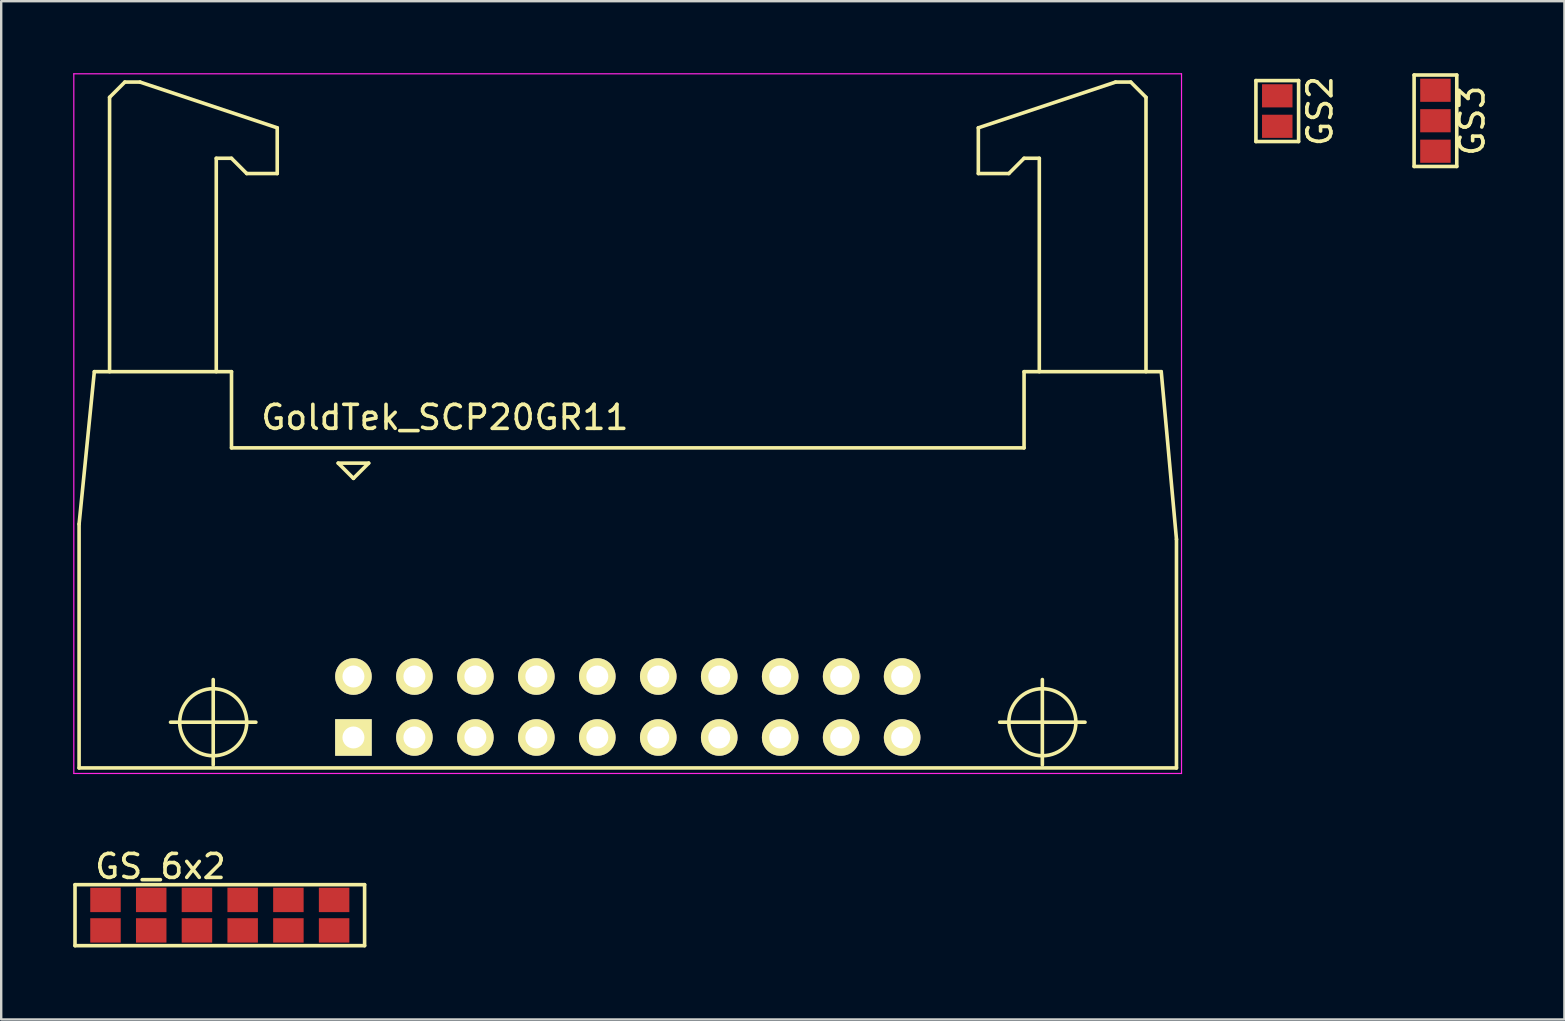
<source format=kicad_pcb>
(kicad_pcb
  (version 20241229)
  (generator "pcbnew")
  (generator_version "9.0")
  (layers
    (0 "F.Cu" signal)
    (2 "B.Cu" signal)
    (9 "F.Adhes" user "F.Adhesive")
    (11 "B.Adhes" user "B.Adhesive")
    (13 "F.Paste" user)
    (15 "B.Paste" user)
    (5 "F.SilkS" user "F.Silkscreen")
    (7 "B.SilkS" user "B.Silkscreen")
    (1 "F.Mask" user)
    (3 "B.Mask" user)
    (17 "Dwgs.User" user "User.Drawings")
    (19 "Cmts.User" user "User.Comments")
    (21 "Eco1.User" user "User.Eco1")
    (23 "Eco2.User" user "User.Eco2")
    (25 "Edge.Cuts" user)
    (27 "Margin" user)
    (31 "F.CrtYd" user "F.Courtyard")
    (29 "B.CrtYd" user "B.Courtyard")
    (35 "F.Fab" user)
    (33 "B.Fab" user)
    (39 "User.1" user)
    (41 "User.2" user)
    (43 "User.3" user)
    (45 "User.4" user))
  (footprint "GS3"
    (layer "F.Cu")
    (at 56.754 1.98)
    (property "Reference" "GS3" (at 1.524 0 90) (layer "F.SilkS") (effects (font (size 1 1) (thickness 0.15))))
    (attr exclude_from_pos_files exclude_from_bom)
    (fp_line (start -0.889 -1.905) (end -0.889 1.905) (stroke (width 0.15) (type solid)) (layer "F.SilkS"))
    (fp_line (start -0.889 -1.905) (end 0.889 -1.905) (stroke (width 0.15) (type solid)) (layer "F.SilkS"))
    (fp_line (start -0.889 1.905) (end 0.889 1.905) (stroke (width 0.15) (type solid)) (layer "F.SilkS"))
    (fp_line (start 0.889 1.905) (end 0.889 -1.905) (stroke (width 0.15) (type solid)) (layer "F.SilkS"))
    (pad "1" smd rect (at 0 -1.27) (size 1.27 0.965) (layers "F.Cu" "F.Mask" "F.Paste"))
    (pad "2" smd rect (at 0 0) (size 1.27 0.965) (layers "F.Cu" "F.Mask" "F.Paste"))
    (pad "3" smd rect (at 0 1.27) (size 1.27 0.965) (layers "F.Cu" "F.Mask" "F.Paste")))
  (footprint "GS_6x2"
    (layer "F.Cu")
    (at 5.79 35.078)
    (property "Reference" "GS_6x2" (at -2.156 -2.029 0) (layer "F.SilkS") (effects (font (size 1 1) (thickness 0.15))))
    (attr through_hole)
    (fp_line (start -5.715 -1.27) (end 6.35 -1.27) (stroke (width 0.15) (type solid)) (layer "F.SilkS"))
    (fp_line (start -5.715 1.27) (end -5.715 -1.27) (stroke (width 0.15) (type solid)) (layer "F.SilkS"))
    (fp_line (start 6.35 -1.27) (end 6.35 1.27) (stroke (width 0.15) (type solid)) (layer "F.SilkS"))
    (fp_line (start 6.35 1.27) (end -5.715 1.27) (stroke (width 0.15) (type solid)) (layer "F.SilkS"))
    (pad "1" smd rect (at -4.445 0.635) (size 1.27 1.016) (layers "F.Cu" "F.Mask" "F.Paste"))
    (pad "2" smd rect (at -4.445 -0.635) (size 1.27 1.016) (layers "F.Cu" "F.Mask" "F.Paste"))
    (pad "3" smd rect (at -2.54 0.635) (size 1.27 1.016) (layers "F.Cu" "F.Mask" "F.Paste"))
    (pad "4" smd rect (at -2.54 -0.635) (size 1.27 1.016) (layers "F.Cu" "F.Mask" "F.Paste"))
    (pad "5" smd rect (at -0.635 0.635) (size 1.27 1.016) (layers "F.Cu" "F.Mask" "F.Paste"))
    (pad "6" smd rect (at -0.635 -0.635) (size 1.27 1.016) (layers "F.Cu" "F.Mask" "F.Paste"))
    (pad "7" smd rect (at 1.27 0.635) (size 1.27 1.016) (layers "F.Cu" "F.Mask" "F.Paste"))
    (pad "8" smd rect (at 1.27 -0.635) (size 1.27 1.016) (layers "F.Cu" "F.Mask" "F.Paste"))
    (pad "9" smd rect (at 3.175 0.635) (size 1.27 1.016) (layers "F.Cu" "F.Mask" "F.Paste"))
    (pad "10" smd rect (at 3.175 -0.635) (size 1.27 1.016) (layers "F.Cu" "F.Mask" "F.Paste"))
    (pad "11" smd rect (at 5.08 0.635) (size 1.27 1.016) (layers "F.Cu" "F.Mask" "F.Paste"))
    (pad "12" smd rect (at 5.08 -0.635) (size 1.27 1.016) (layers "F.Cu" "F.Mask" "F.Paste")))
  (footprint "GS2"
    (layer "F.Cu")
    (at 50.164 1.577)
    (property "Reference" "GS2" (at 1.778 0 90) (layer "F.SilkS") (effects (font (size 1 1) (thickness 0.15))))
    (attr exclude_from_pos_files exclude_from_bom)
    (fp_line (start -0.889 -1.27) (end -0.889 1.27) (stroke (width 0.15) (type solid)) (layer "F.SilkS"))
    (fp_line (start -0.889 -1.27) (end 0.889 -1.27) (stroke (width 0.15) (type solid)) (layer "F.SilkS"))
    (fp_line (start 0.889 1.27) (end -0.889 1.27) (stroke (width 0.15) (type solid)) (layer "F.SilkS"))
    (fp_line (start 0.889 1.27) (end 0.889 -1.27) (stroke (width 0.15) (type solid)) (layer "F.SilkS"))
    (pad "1" smd rect (at 0 -0.635) (size 1.27 0.965) (layers "F.Cu" "F.Mask" "F.Paste"))
    (pad "2" smd rect (at 0 0.635) (size 1.27 0.965) (layers "F.Cu" "F.Mask" "F.Paste")))
  (footprint "GoldTek_SCP20GR11"
    (layer "F.Cu")
    (at 11.675 27.675)
    (property "Reference" "GoldTek_SCP20GR11" (at 3.81 -13.335 0) (layer "F.SilkS") (effects (font (size 1 1) (thickness 0.15))))
    (attr through_hole)
    (fp_line (start -11.43 -8.89) (end -10.795 -15.24) (stroke (width 0.15) (type solid)) (layer "F.SilkS"))
    (fp_line (start -11.43 1.27) (end -11.43 -8.89) (stroke (width 0.15) (type solid)) (layer "F.SilkS"))
    (fp_line (start -11.43 1.27) (end 34.29 1.27) (stroke (width 0.15) (type solid)) (layer "F.SilkS"))
    (fp_line (start -10.795 -15.24) (end -5.08 -15.24) (stroke (width 0.15) (type solid)) (layer "F.SilkS"))
    (fp_line (start -10.16 -26.67) (end -9.525 -27.305) (stroke (width 0.15) (type solid)) (layer "F.SilkS"))
    (fp_line (start -10.16 -15.24) (end -10.16 -26.67) (stroke (width 0.15) (type solid)) (layer "F.SilkS"))
    (fp_line (start -9.525 -27.305) (end -8.89 -27.305) (stroke (width 0.15) (type solid)) (layer "F.SilkS"))
    (fp_line (start -8.89 -27.305) (end -3.175 -25.4) (stroke (width 0.15) (type solid)) (layer "F.SilkS"))
    (fp_line (start -7.62 -0.635) (end -4.064 -0.635) (stroke (width 0.15) (type solid)) (layer "F.SilkS"))
    (fp_line (start -5.842 -2.413) (end -5.842 1.143) (stroke (width 0.15) (type solid)) (layer "F.SilkS"))
    (fp_line (start -5.715 -24.13) (end -5.715 -15.24) (stroke (width 0.15) (type solid)) (layer "F.SilkS"))
    (fp_line (start -5.08 -24.13) (end -5.715 -24.13) (stroke (width 0.15) (type solid)) (layer "F.SilkS"))
    (fp_line (start -5.08 -15.24) (end -5.08 -12.065) (stroke (width 0.15) (type solid)) (layer "F.SilkS"))
    (fp_line (start -4.445 -23.495) (end -5.08 -24.13) (stroke (width 0.15) (type solid)) (layer "F.SilkS"))
    (fp_line (start -3.175 -25.4) (end -3.175 -23.495) (stroke (width 0.15) (type solid)) (layer "F.SilkS"))
    (fp_line (start -3.175 -23.495) (end -4.445 -23.495) (stroke (width 0.15) (type solid)) (layer "F.SilkS"))
    (fp_line (start -0.635 -11.43) (end 0.635 -11.43) (stroke (width 0.15) (type solid)) (layer "F.SilkS"))
    (fp_line (start 0 -10.795) (end -0.635 -11.43) (stroke (width 0.15) (type solid)) (layer "F.SilkS"))
    (fp_line (start 0.635 -11.43) (end 0 -10.795) (stroke (width 0.15) (type solid)) (layer "F.SilkS"))
    (fp_line (start 26.035 -25.4) (end 26.035 -23.495) (stroke (width 0.15) (type solid)) (layer "F.SilkS"))
    (fp_line (start 26.035 -23.495) (end 27.305 -23.495) (stroke (width 0.15) (type solid)) (layer "F.SilkS"))
    (fp_line (start 26.924 -0.635) (end 30.48 -0.635) (stroke (width 0.15) (type solid)) (layer "F.SilkS"))
    (fp_line (start 27.305 -23.495) (end 27.94 -24.13) (stroke (width 0.15) (type solid)) (layer "F.SilkS"))
    (fp_line (start 27.94 -24.13) (end 28.575 -24.13) (stroke (width 0.15) (type solid)) (layer "F.SilkS"))
    (fp_line (start 27.94 -15.24) (end 27.94 -12.065) (stroke (width 0.15) (type solid)) (layer "F.SilkS"))
    (fp_line (start 27.94 -12.065) (end -5.08 -12.065) (stroke (width 0.15) (type solid)) (layer "F.SilkS"))
    (fp_line (start 28.575 -24.13) (end 28.575 -15.24) (stroke (width 0.15) (type solid)) (layer "F.SilkS"))
    (fp_line (start 28.702 -2.413) (end 28.702 1.143) (stroke (width 0.15) (type solid)) (layer "F.SilkS"))
    (fp_line (start 31.75 -27.305) (end 26.035 -25.4) (stroke (width 0.15) (type solid)) (layer "F.SilkS"))
    (fp_line (start 32.385 -27.305) (end 31.75 -27.305) (stroke (width 0.15) (type solid)) (layer "F.SilkS"))
    (fp_line (start 33.02 -26.67) (end 32.385 -27.305) (stroke (width 0.15) (type solid)) (layer "F.SilkS"))
    (fp_line (start 33.02 -15.24) (end 33.02 -26.67) (stroke (width 0.15) (type solid)) (layer "F.SilkS"))
    (fp_line (start 33.655 -15.24) (end 27.94 -15.24) (stroke (width 0.15) (type solid)) (layer "F.SilkS"))
    (fp_line (start 34.29 -8.255) (end 33.655 -15.24) (stroke (width 0.15) (type solid)) (layer "F.SilkS"))
    (fp_line (start 34.29 1.27) (end 34.29 -8.255) (stroke (width 0.15) (type solid)) (layer "F.SilkS"))
    (fp_circle (center -5.842 -0.635) (end -4.445 -0.635) (stroke (width 0.15) (type solid)) (fill no) (layer "F.SilkS"))
    (fp_circle (center 28.702 -0.635) (end 30.099 -0.635) (stroke (width 0.15) (type solid)) (fill no) (layer "F.SilkS"))
    (fp_line (start -11.65 -27.65) (end 34.5 -27.65) (stroke (width 0.05) (type solid)) (layer "F.CrtYd"))
    (fp_line (start -11.65 1.5) (end -11.65 -27.65) (stroke (width 0.05) (type solid)) (layer "F.CrtYd"))
    (fp_line (start 34.5 -27.65) (end 34.5 1.5) (stroke (width 0.05) (type solid)) (layer "F.CrtYd"))
    (fp_line (start 34.5 1.5) (end -11.65 1.5) (stroke (width 0.05) (type solid)) (layer "F.CrtYd"))
    (pad "1" thru_hole rect (at 0 0) (size 1.524 1.524) (drill 0.914) (layers "*.Cu" "*.Mask" "F.SilkS"))
    (pad "2" thru_hole circle (at 0 -2.54) (size 1.524 1.524) (drill 0.914) (layers "*.Cu" "*.Mask" "F.SilkS"))
    (pad "3" thru_hole circle (at 2.54 0) (size 1.524 1.524) (drill 0.914) (layers "*.Cu" "*.Mask" "F.SilkS"))
    (pad "4" thru_hole circle (at 2.54 -2.54) (size 1.524 1.524) (drill 0.914) (layers "*.Cu" "*.Mask" "F.SilkS"))
    (pad "5" thru_hole circle (at 5.08 0) (size 1.524 1.524) (drill 0.914) (layers "*.Cu" "*.Mask" "F.SilkS"))
    (pad "6" thru_hole circle (at 5.08 -2.54) (size 1.524 1.524) (drill 0.914) (layers "*.Cu" "*.Mask" "F.SilkS"))
    (pad "7" thru_hole circle (at 7.62 0) (size 1.524 1.524) (drill 0.914) (layers "*.Cu" "*.Mask" "F.SilkS"))
    (pad "8" thru_hole circle (at 7.62 -2.54) (size 1.524 1.524) (drill 0.914) (layers "*.Cu" "*.Mask" "F.SilkS"))
    (pad "9" thru_hole circle (at 10.16 0) (size 1.524 1.524) (drill 0.914) (layers "*.Cu" "*.Mask" "F.SilkS"))
    (pad "10" thru_hole circle (at 10.16 -2.54) (size 1.524 1.524) (drill 0.914) (layers "*.Cu" "*.Mask" "F.SilkS"))
    (pad "11" thru_hole circle (at 12.7 0) (size 1.524 1.524) (drill 0.914) (layers "*.Cu" "*.Mask" "F.SilkS"))
    (pad "12" thru_hole circle (at 12.7 -2.54) (size 1.524 1.524) (drill 0.914) (layers "*.Cu" "*.Mask" "F.SilkS"))
    (pad "13" thru_hole circle (at 15.24 0) (size 1.524 1.524) (drill 0.914) (layers "*.Cu" "*.Mask" "F.SilkS"))
    (pad "14" thru_hole circle (at 15.24 -2.54) (size 1.524 1.524) (drill 0.914) (layers "*.Cu" "*.Mask" "F.SilkS"))
    (pad "15" thru_hole circle (at 17.78 0) (size 1.524 1.524) (drill 0.914) (layers "*.Cu" "*.Mask" "F.SilkS"))
    (pad "16" thru_hole circle (at 17.78 -2.54) (size 1.524 1.524) (drill 0.914) (layers "*.Cu" "*.Mask" "F.SilkS"))
    (pad "17" thru_hole circle (at 20.32 0) (size 1.524 1.524) (drill 0.914) (layers "*.Cu" "*.Mask" "F.SilkS"))
    (pad "18" thru_hole circle (at 20.32 -2.54) (size 1.524 1.524) (drill 0.914) (layers "*.Cu" "*.Mask" "F.SilkS"))
    (pad "19" thru_hole circle (at 22.86 0) (size 1.524 1.524) (drill 0.914) (layers "*.Cu" "*.Mask" "F.SilkS"))
    (pad "20" thru_hole circle (at 22.86 -2.54) (size 1.524 1.524) (drill 0.914) (layers "*.Cu" "*.Mask" "F.SilkS")))
  (gr_rect
    (start -3 -3)
    (end 62.127 39.423)
    (stroke (width 0.1) (type default))
    (fill no)
    (layer "Edge.Cuts")))
</source>
